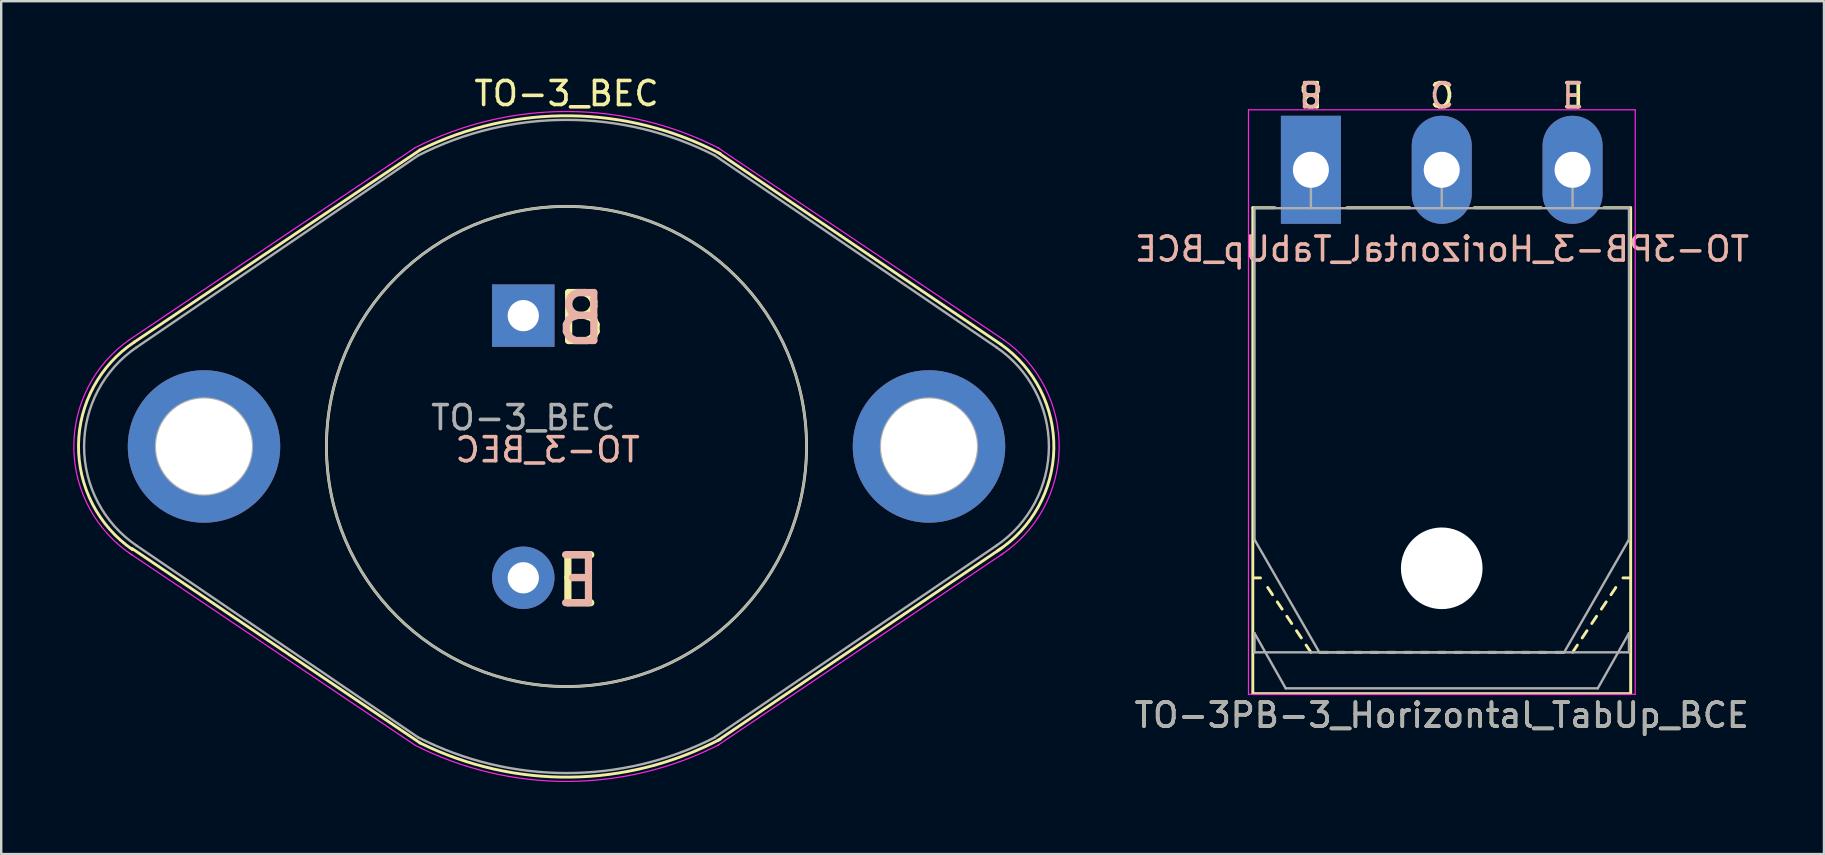
<source format=kicad_pcb>
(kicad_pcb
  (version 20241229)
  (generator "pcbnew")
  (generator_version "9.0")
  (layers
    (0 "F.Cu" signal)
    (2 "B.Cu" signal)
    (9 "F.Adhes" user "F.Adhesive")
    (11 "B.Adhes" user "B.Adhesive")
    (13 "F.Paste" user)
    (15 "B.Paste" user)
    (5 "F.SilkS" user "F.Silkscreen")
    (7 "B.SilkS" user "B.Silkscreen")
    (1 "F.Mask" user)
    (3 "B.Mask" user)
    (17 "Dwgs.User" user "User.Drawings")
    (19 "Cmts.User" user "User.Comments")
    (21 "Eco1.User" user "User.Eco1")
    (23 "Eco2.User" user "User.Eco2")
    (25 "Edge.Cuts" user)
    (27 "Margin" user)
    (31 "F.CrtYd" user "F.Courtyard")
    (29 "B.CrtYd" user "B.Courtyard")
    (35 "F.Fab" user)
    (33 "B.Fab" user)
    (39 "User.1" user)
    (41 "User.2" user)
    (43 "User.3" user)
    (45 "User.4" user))
  (footprint "TO-3_BEC"
    (layer "F.Cu")
    (at 18.748 10.098)
    (property "Reference" "TO-3_BEC" (at 1.8 -9.25 0) (layer "F.SilkS") (effects (font (size 1 1) (thickness 0.15))))
    (fp_line (start -4.3 -6.9) (end -16.2 1.1) (stroke (width 0.12) (type solid)) (layer "F.SilkS"))
    (fp_line (start -4.3 17.8) (end -16.3 9.7) (stroke (width 0.12) (type solid)) (layer "F.SilkS"))
    (fp_line (start 8.1 -6.8) (end 19.9 1.2) (stroke (width 0.12) (type solid)) (layer "F.SilkS"))
    (fp_line (start 8.1 17.7) (end 19.9 9.7) (stroke (width 0.12) (type solid)) (layer "F.SilkS"))
    (fp_arc (start -16.276967 9.747694) (mid -18.527843 5.403471) (end -16.2 1.1) (stroke (width 0.12) (type solid)) (layer "F.SilkS"))
    (fp_arc (start -4.3 -6.9) (mid 1.971643 -8.323273) (end 8.20587 -6.744152) (stroke (width 0.12) (type solid)) (layer "F.SilkS"))
    (fp_arc (start 8.20587 17.644152) (mid 1.971643 19.223273) (end -4.3 17.8) (stroke (width 0.12) (type solid)) (layer "F.SilkS"))
    (fp_arc (start 19.9 1.2) (mid 22.101343 5.542388) (end 19.747176 9.803859) (stroke (width 0.12) (type solid)) (layer "F.SilkS"))
    (fp_circle (center 1.8 5.45) (end 11.8 5.4) (stroke (width 0.12) (type solid)) (fill no) (layer "F.SilkS"))
    (fp_line (start -4.5 -7) (end -16.4 1) (stroke (width 0.05) (type solid)) (layer "F.CrtYd"))
    (fp_line (start -4.5 17.9) (end -16.4 9.9) (stroke (width 0.05) (type solid)) (layer "F.CrtYd"))
    (fp_line (start 8.1 -7) (end 20 1) (stroke (width 0.05) (type solid)) (layer "F.CrtYd"))
    (fp_line (start 8.1 17.9) (end 20 9.9) (stroke (width 0.05) (type solid)) (layer "F.CrtYd"))
    (fp_arc (start -16.296319 9.970461) (mid -18.722967 5.512679) (end -16.4 1) (stroke (width 0.05) (type solid)) (layer "F.CrtYd"))
    (fp_arc (start -4.5 -7) (mid 1.838841 -8.503171) (end 8.169214 -6.964733) (stroke (width 0.05) (type solid)) (layer "F.CrtYd"))
    (fp_arc (start 8.169214 17.864733) (mid 1.838841 19.403171) (end -4.5 17.9) (stroke (width 0.05) (type solid)) (layer "F.CrtYd"))
    (fp_arc (start 20 1) (mid 22.322967 5.512679) (end 19.896319 9.970461) (stroke (width 0.05) (type solid)) (layer "F.CrtYd"))
    (fp_line (start -4.38 -6.67) (end -16.11 1.32) (stroke (width 0.1) (type solid)) (layer "F.Fab"))
    (fp_line (start -4.38 17.57) (end -16.11 9.58) (stroke (width 0.1) (type solid)) (layer "F.Fab"))
    (fp_line (start 7.98 -6.67) (end 19.71 1.32) (stroke (width 0.1) (type solid)) (layer "F.Fab"))
    (fp_line (start 7.98 17.56) (end 19.71 9.58) (stroke (width 0.1) (type solid)) (layer "F.Fab"))
    (fp_arc (start -16.105547 9.583026) (mid -18.295297 5.452692) (end -16.11 1.32) (stroke (width 0.1) (type solid)) (layer "F.Fab"))
    (fp_arc (start -4.38 -6.67) (mid 1.795945 -8.15466) (end 7.972773 -6.673682) (stroke (width 0.1) (type solid)) (layer "F.Fab"))
    (fp_arc (start 7.972773 17.573682) (mid 1.795945 19.05466) (end -4.38 17.57) (stroke (width 0.1) (type solid)) (layer "F.Fab"))
    (fp_arc (start 19.71 1.32) (mid 21.895297 5.452692) (end 19.705547 9.583026) (stroke (width 0.1) (type solid)) (layer "F.Fab"))
    (fp_circle (center -13.3 5.45) (end -15.3 5.45) (stroke (width 0.1) (type solid)) (fill no) (layer "F.Fab"))
    (fp_circle (center 1.8 5.45) (end 11.8 5.45) (stroke (width 0.1) (type solid)) (fill no) (layer "F.Fab"))
    (fp_circle (center 16.9 5.45) (end 18.9 5.45) (stroke (width 0.1) (type solid)) (fill no) (layer "F.Fab"))
    (fp_text user "B" (at 2.413 0.127 0) (unlocked yes) (layer "F.SilkS") (effects (font (size 2 2) (thickness 0.3))))
    (fp_text user "E" (at 2.286 11.049 0) (unlocked yes) (layer "F.SilkS") (effects (font (size 2 2) (thickness 0.3))))
    (fp_text user "${REFERENCE}" (at 1.016 5.588 0) (layer "B.SilkS") (effects (font (size 1 1) (thickness 0.15)) (justify mirror)))
    (fp_text user "B" (at 2.413 0.127 0) (unlocked yes) (layer "B.SilkS") (effects (font (size 2 2) (thickness 0.3)) (justify mirror)))
    (fp_text user "E" (at 2.286 11.049 0) (unlocked yes) (layer "B.SilkS") (effects (font (size 2 2) (thickness 0.3)) (justify mirror)))
    (fp_text user "${REFERENCE}" (at 0 4.25 0) (layer "F.Fab") (effects (font (size 1 1) (thickness 0.15))))
    (pad "1" thru_hole rect (at 0 0) (size 2.6 2.6) (drill 1.3) (layers "*.Cu" "*.Mask"))
    (pad "2" thru_hole circle (at 0 10.92) (size 2.6 2.6) (drill 1.3) (layers "*.Cu" "*.Mask"))
    (pad "3" thru_hole circle (at -13.3 5.45) (size 6.35 6.35) (drill 4) (layers "*.Cu" "*.Mask"))
    (pad "3" thru_hole circle (at 16.9 5.45) (size 6.35 6.35) (drill 4) (layers "*.Cu" "*.Mask")))
  (footprint "TO-3PB-3_Horizontal_TabUp_BCE"
    (layer "F.Cu")
    (at 51.557 4.023)
    (property "Reference" "TO-3PB-3_Horizontal_TabUp_BCE" (at 5.45 22.72 0) (layer "F.SilkS") (effects (font (size 1 1) (thickness 0.15))))
    (fp_line (start -2.42 21.82) (end -2.42 1.58) (stroke (width 0.12) (type solid)) (layer "F.SilkS"))
    (fp_line (start -2.1 17) (end -2.4 17) (stroke (width 0.12) (type solid)) (layer "F.SilkS"))
    (fp_line (start -1.8 17.4) (end -1.6 17.7) (stroke (width 0.12) (type solid)) (layer "F.SilkS"))
    (fp_line (start -1.5 1.58) (end -2.42 1.58) (stroke (width 0.12) (type solid)) (layer "F.SilkS"))
    (fp_line (start -1.4 18) (end -1.2 18.3) (stroke (width 0.12) (type solid)) (layer "F.SilkS"))
    (fp_line (start -1 18.6) (end -0.8 18.9) (stroke (width 0.12) (type solid)) (layer "F.SilkS"))
    (fp_line (start -0.6 19.2) (end -0.4 19.5) (stroke (width 0.12) (type solid)) (layer "F.SilkS"))
    (fp_line (start -0.2 19.8) (end 0 20.1) (stroke (width 0.12) (type solid)) (layer "F.SilkS"))
    (fp_line (start 0.7 20.1) (end 0.4 20.1) (stroke (width 0.12) (type solid)) (layer "F.SilkS"))
    (fp_line (start 1.4 20.1) (end 1.1 20.1) (stroke (width 0.12) (type solid)) (layer "F.SilkS"))
    (fp_line (start 2.1 20.1) (end 1.8 20.1) (stroke (width 0.12) (type solid)) (layer "F.SilkS"))
    (fp_line (start 2.8 20.1) (end 2.5 20.1) (stroke (width 0.12) (type solid)) (layer "F.SilkS"))
    (fp_line (start 3.5 20.1) (end 3.2 20.1) (stroke (width 0.12) (type solid)) (layer "F.SilkS"))
    (fp_line (start 4.12 1.58) (end 1.5 1.58) (stroke (width 0.12) (type solid)) (layer "F.SilkS"))
    (fp_line (start 4.2 20.1) (end 3.9 20.1) (stroke (width 0.12) (type solid)) (layer "F.SilkS"))
    (fp_line (start 4.9 20.1) (end 4.6 20.1) (stroke (width 0.12) (type solid)) (layer "F.SilkS"))
    (fp_line (start 5.6 20.1) (end 5.3 20.1) (stroke (width 0.12) (type solid)) (layer "F.SilkS"))
    (fp_line (start 6.3 20.1) (end 6 20.1) (stroke (width 0.12) (type solid)) (layer "F.SilkS"))
    (fp_line (start 7 20.1) (end 6.7 20.1) (stroke (width 0.12) (type solid)) (layer "F.SilkS"))
    (fp_line (start 7.7 20.1) (end 7.4 20.1) (stroke (width 0.12) (type solid)) (layer "F.SilkS"))
    (fp_line (start 8.4 20.1) (end 8.1 20.1) (stroke (width 0.12) (type solid)) (layer "F.SilkS"))
    (fp_line (start 9.1 20.1) (end 8.8 20.1) (stroke (width 0.12) (type solid)) (layer "F.SilkS"))
    (fp_line (start 9.6 1.58) (end 6.8 1.58) (stroke (width 0.12) (type solid)) (layer "F.SilkS"))
    (fp_line (start 9.8 20.1) (end 9.5 20.1) (stroke (width 0.12) (type solid)) (layer "F.SilkS"))
    (fp_line (start 10.5 20.1) (end 10.2 20.1) (stroke (width 0.12) (type solid)) (layer "F.SilkS"))
    (fp_line (start 11.1 19.8) (end 10.9 20.1) (stroke (width 0.12) (type solid)) (layer "F.SilkS"))
    (fp_line (start 11.5 19.2) (end 11.3 19.5) (stroke (width 0.12) (type solid)) (layer "F.SilkS"))
    (fp_line (start 11.9 18.6) (end 11.7 18.9) (stroke (width 0.12) (type solid)) (layer "F.SilkS"))
    (fp_line (start 12.3 18) (end 12.1 18.3) (stroke (width 0.12) (type solid)) (layer "F.SilkS"))
    (fp_line (start 12.7 17.4) (end 12.5 17.7) (stroke (width 0.12) (type solid)) (layer "F.SilkS"))
    (fp_line (start 13 17) (end 13.3 17) (stroke (width 0.12) (type solid)) (layer "F.SilkS"))
    (fp_line (start 13.32 1.58) (end 12.2 1.58) (stroke (width 0.12) (type solid)) (layer "F.SilkS"))
    (fp_line (start 13.32 21.82) (end -2.42 21.82) (stroke (width 0.12) (type solid)) (layer "F.SilkS"))
    (fp_line (start 13.32 21.82) (end 13.32 1.58) (stroke (width 0.12) (type solid)) (layer "F.SilkS"))
    (fp_line (start -2.6 -2.5) (end -2.6 21.85) (stroke (width 0.05) (type solid)) (layer "F.CrtYd"))
    (fp_line (start -2.6 21.85) (end 13.51 21.85) (stroke (width 0.05) (type solid)) (layer "F.CrtYd"))
    (fp_line (start 13.51 -2.5) (end -2.6 -2.5) (stroke (width 0.05) (type solid)) (layer "F.CrtYd"))
    (fp_line (start 13.51 21.85) (end 13.51 -2.5) (stroke (width 0.05) (type solid)) (layer "F.CrtYd"))
    (fp_line (start -2.35 1.6) (end -2.35 15.401) (stroke (width 0.1) (type solid)) (layer "F.Fab"))
    (fp_line (start -2.35 15.401) (end 0.351 20.1) (stroke (width 0.1) (type solid)) (layer "F.Fab"))
    (fp_line (start -2.35 19.3) (end -1.05 21.6) (stroke (width 0.1) (type solid)) (layer "F.Fab"))
    (fp_line (start -2.35 20.1) (end -2.35 19.3) (stroke (width 0.1) (type solid)) (layer "F.Fab"))
    (fp_line (start -1.05 21.6) (end 11.95 21.6) (stroke (width 0.1) (type solid)) (layer "F.Fab"))
    (fp_line (start 0 1.6) (end 0 0) (stroke (width 0.1) (type solid)) (layer "F.Fab"))
    (fp_line (start 0.351 20.1) (end 10.55 20.1) (stroke (width 0.1) (type solid)) (layer "F.Fab"))
    (fp_line (start 5.45 1.6) (end 5.45 0) (stroke (width 0.1) (type solid)) (layer "F.Fab"))
    (fp_line (start 10.55 20.1) (end 13.25 15.401) (stroke (width 0.1) (type solid)) (layer "F.Fab"))
    (fp_line (start 10.9 1.6) (end 10.9 0) (stroke (width 0.1) (type solid)) (layer "F.Fab"))
    (fp_line (start 11.95 21.6) (end 13.25 19.3) (stroke (width 0.1) (type solid)) (layer "F.Fab"))
    (fp_line (start 13.25 1.6) (end -2.35 1.6) (stroke (width 0.1) (type solid)) (layer "F.Fab"))
    (fp_line (start 13.25 15.401) (end 13.25 1.6) (stroke (width 0.1) (type solid)) (layer "F.Fab"))
    (fp_line (start 13.25 19.3) (end 13.25 20.1) (stroke (width 0.1) (type solid)) (layer "F.Fab"))
    (fp_line (start 13.25 20.1) (end -2.35 20.1) (stroke (width 0.1) (type solid)) (layer "F.Fab"))
    (fp_circle (center 5.45 16.6) (end 7.05 16.6) (stroke (width 0.1) (type solid)) (fill no) (layer "F.Fab"))
    (fp_text user "E" (at 10.922 -3.175 180) (unlocked yes) (layer "F.SilkS") (effects (font (size 1 1) (thickness 0.15))))
    (fp_text user "C" (at 5.461 -3.175 180) (unlocked yes) (layer "F.SilkS") (effects (font (size 1 1) (thickness 0.15))))
    (fp_text user "B" (at 0 -3.175 180) (unlocked yes) (layer "F.SilkS") (effects (font (size 1 1) (thickness 0.15))))
    (fp_text user "${REFERENCE}" (at 5.461 3.302 0) (layer "B.SilkS") (effects (font (size 1 1) (thickness 0.15)) (justify mirror)))
    (fp_text user "B" (at 0 -3.175 180) (unlocked yes) (layer "B.SilkS") (effects (font (size 1 1) (thickness 0.15)) (justify mirror)))
    (fp_text user "C" (at 5.461 -3.175 180) (unlocked yes) (layer "B.SilkS") (effects (font (size 1 1) (thickness 0.15)) (justify mirror)))
    (fp_text user "E" (at 10.922 -3.175 180) (unlocked yes) (layer "B.SilkS") (effects (font (size 1 1) (thickness 0.15)) (justify mirror)))
    (fp_text user "${REFERENCE}" (at 5.45 22.72 0) (layer "F.Fab") (effects (font (size 1 1) (thickness 0.15))))
    (pad "" np_thru_hole oval (at 5.45 16.6) (size 3.4 3.4) (drill 3.4) (layers "*.Cu" "*.Mask"))
    (pad "1" thru_hole rect (at 0 0) (size 2.5 4.5) (drill 1.5) (layers "*.Cu" "*.Mask"))
    (pad "2" thru_hole oval (at 5.45 0) (size 2.5 4.5) (drill 1.5) (layers "*.Cu" "*.Mask"))
    (pad "3" thru_hole oval (at 10.9 0) (size 2.5 4.5) (drill 1.5) (layers "*.Cu" "*.Mask")))
  (gr_rect
    (start -3 -3)
    (end 72.929 32.526)
    (stroke (width 0.1) (type default))
    (fill no)
    (layer "Edge.Cuts")))
</source>
